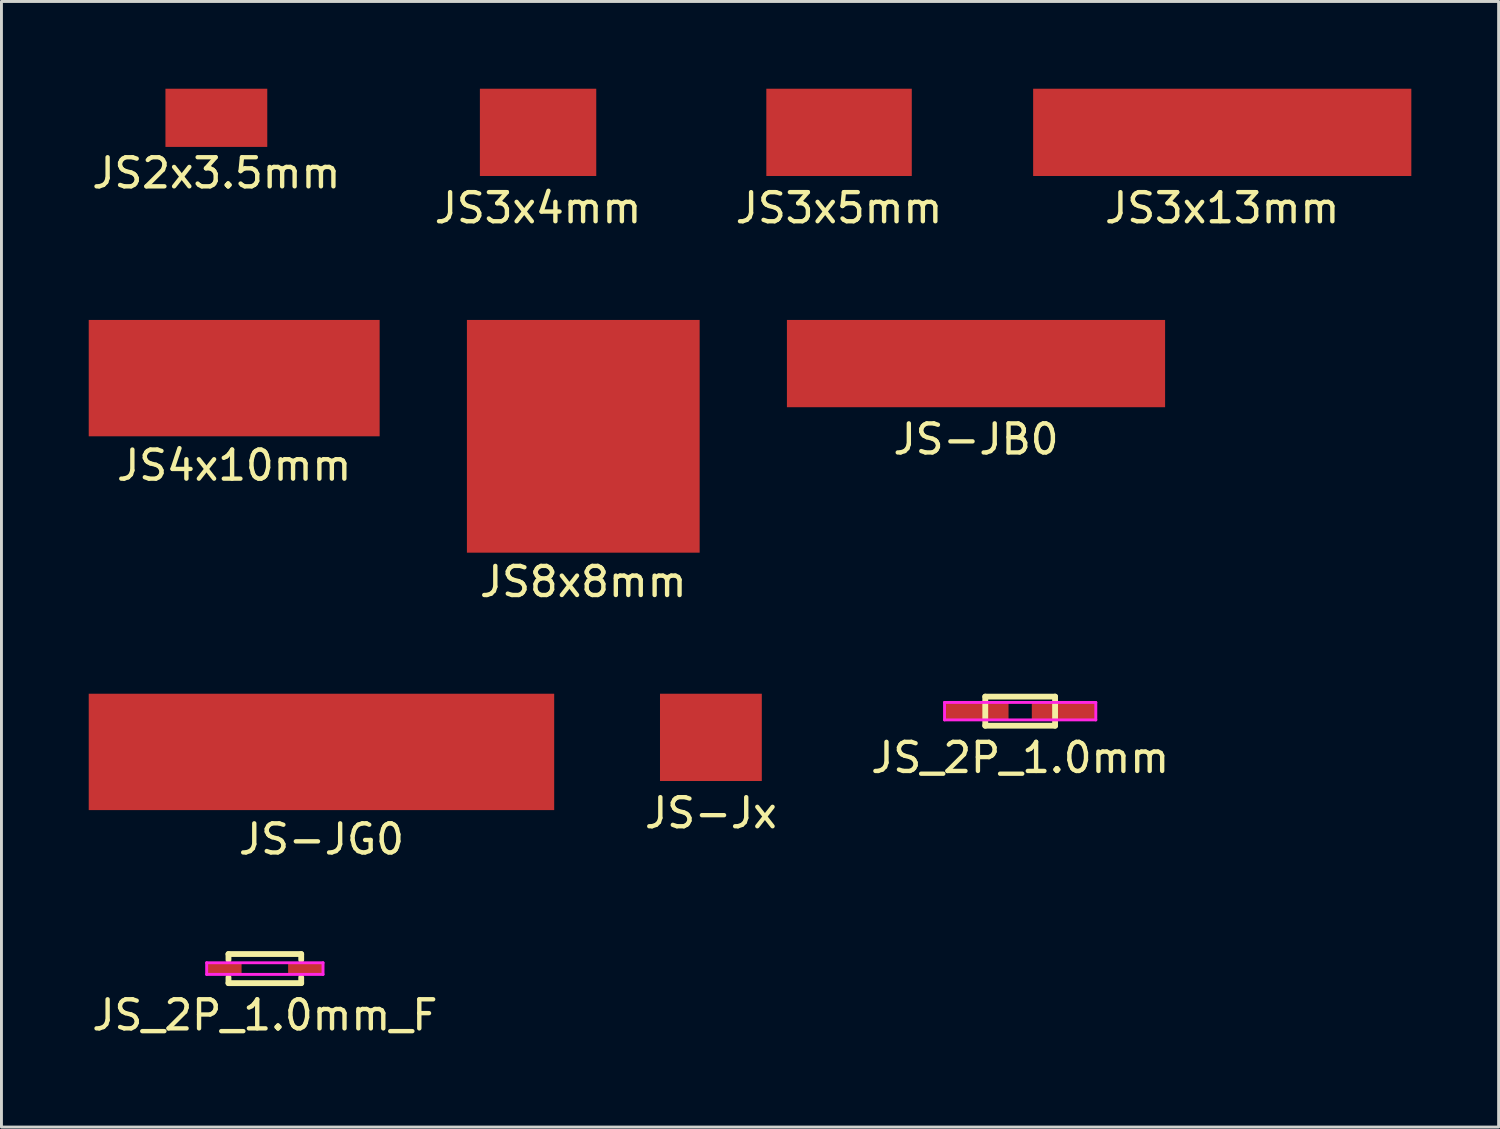
<source format=kicad_pcb>
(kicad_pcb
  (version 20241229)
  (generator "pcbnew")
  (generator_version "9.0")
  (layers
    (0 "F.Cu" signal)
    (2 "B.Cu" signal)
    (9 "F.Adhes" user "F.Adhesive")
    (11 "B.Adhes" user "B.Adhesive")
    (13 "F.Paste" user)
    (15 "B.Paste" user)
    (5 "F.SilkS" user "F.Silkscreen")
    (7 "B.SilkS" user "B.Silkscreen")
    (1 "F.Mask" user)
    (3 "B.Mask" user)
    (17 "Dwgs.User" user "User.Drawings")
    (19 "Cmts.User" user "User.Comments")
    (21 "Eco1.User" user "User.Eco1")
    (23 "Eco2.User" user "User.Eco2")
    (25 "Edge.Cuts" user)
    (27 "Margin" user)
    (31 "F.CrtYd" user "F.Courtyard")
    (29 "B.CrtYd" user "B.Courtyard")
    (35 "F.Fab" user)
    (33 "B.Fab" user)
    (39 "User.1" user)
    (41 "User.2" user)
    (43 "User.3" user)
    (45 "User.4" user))
  (footprint "JS-JB0"
    (layer "F.Cu")
    (at 30.5 9.448)
    (property "Reference" "JS-JB0" (at 0 2.6 0) (layer "F.SilkS") (effects (font (size 1 1) (thickness 0.15))))
    (attr smd)
    (pad "1" smd rect (at 0 0) (size 13 3) (layers "F.Cu" "F.Mask" "F.Paste")))
  (footprint "JS_2P_1.0mm"
    (layer "F.Cu")
    (at 32.018 21.396)
    (property "Reference" "JS_2P_1.0mm" (at 0 1.6 0) (layer "F.SilkS") (effects (font (size 1 1) (thickness 0.15))))
    (attr smd)
    (fp_line (start -1.2 -0.5) (end 1.2 -0.5) (stroke (width 0.2) (type solid)) (layer "F.SilkS"))
    (fp_line (start -1.2 0.5) (end -1.2 -0.5) (stroke (width 0.2) (type solid)) (layer "F.SilkS"))
    (fp_line (start 1.2 -0.5) (end 1.2 0.5) (stroke (width 0.2) (type solid)) (layer "F.SilkS"))
    (fp_line (start 1.2 0.5) (end -1.2 0.5) (stroke (width 0.2) (type solid)) (layer "F.SilkS"))
    (fp_line (start -2.6 -0.3) (end 2.6 -0.3) (stroke (width 0.1) (type solid)) (layer "F.CrtYd"))
    (fp_line (start -2.6 0.3) (end -2.6 -0.3) (stroke (width 0.1) (type solid)) (layer "F.CrtYd"))
    (fp_line (start 2.6 -0.3) (end 2.6 0.3) (stroke (width 0.1) (type solid)) (layer "F.CrtYd"))
    (fp_line (start 2.6 0.3) (end -2.6 0.3) (stroke (width 0.1) (type solid)) (layer "F.CrtYd"))
    (pad "1" smd rect (at -1.5 0) (size 2.2 0.56) (layers "F.Cu" "F.Mask" "F.Paste"))
    (pad "2" smd rect (at 1.5 0) (size 2.2 0.56) (layers "F.Cu" "F.Mask" "F.Paste")))
  (footprint "JS3x4mm"
    (layer "F.Cu")
    (at 15.446 1.5)
    (property "Reference" "JS3x4mm" (at 0 2.6 0) (layer "F.SilkS") (effects (font (size 1 1) (thickness 0.15))))
    (attr smd)
    (pad "1" smd rect (at 0 0) (size 4 3) (layers "F.Cu" "F.Mask" "F.Paste")))
  (footprint "JS8x8mm"
    (layer "F.Cu")
    (at 17 11.948)
    (property "Reference" "JS8x8mm" (at 0 5 0) (layer "F.SilkS") (effects (font (size 1 1) (thickness 0.15))))
    (attr smd)
    (pad "1" smd rect (at 0 0) (size 8 8) (layers "F.Cu" "F.Mask" "F.Paste")))
  (footprint "JS_2P_1.0mm_F"
    (layer "F.Cu")
    (at 6.054 30.245)
    (property "Reference" "JS_2P_1.0mm_F" (at 0 1.6 0) (layer "F.SilkS") (effects (font (size 1 1) (thickness 0.15))))
    (attr smd)
    (fp_line (start -1.25 -0.5) (end -1.25 -0.3) (stroke (width 0.2) (type solid)) (layer "F.SilkS"))
    (fp_line (start -1.25 -0.5) (end 1.25 -0.5) (stroke (width 0.2) (type solid)) (layer "F.SilkS"))
    (fp_line (start -1.25 0.5) (end -1.25 0.3) (stroke (width 0.2) (type solid)) (layer "F.SilkS"))
    (fp_line (start 1.25 -0.5) (end 1.25 -0.3) (stroke (width 0.2) (type solid)) (layer "F.SilkS"))
    (fp_line (start 1.25 0.5) (end -1.25 0.5) (stroke (width 0.2) (type solid)) (layer "F.SilkS"))
    (fp_line (start 1.25 0.5) (end 1.25 0.3) (stroke (width 0.2) (type solid)) (layer "F.SilkS"))
    (fp_line (start -2 -0.2) (end 2 -0.2) (stroke (width 0.1) (type solid)) (layer "F.CrtYd"))
    (fp_line (start -2 0.2) (end -2 -0.2) (stroke (width 0.1) (type solid)) (layer "F.CrtYd"))
    (fp_line (start 2 -0.2) (end 2 0.2) (stroke (width 0.1) (type solid)) (layer "F.CrtYd"))
    (fp_line (start 2 0.2) (end -2 0.2) (stroke (width 0.1) (type solid)) (layer "F.CrtYd"))
    (pad "1" smd rect (at -1.4 0) (size 1.2 0.4) (layers "F.Cu" "F.Mask" "F.Paste"))
    (pad "2" smd rect (at 1.4 0) (size 1.2 0.4) (layers "F.Cu" "F.Mask" "F.Paste")))
  (footprint "JS-Jx"
    (layer "F.Cu")
    (at 21.387 22.297)
    (property "Reference" "JS-Jx" (at 0 2.6 0) (layer "F.SilkS") (effects (font (size 1 1) (thickness 0.15))))
    (attr smd)
    (pad "1" smd rect (at 0 0) (size 3.5 3) (layers "F.Cu" "F.Mask" "F.Paste")))
  (footprint "JS4x10mm"
    (layer "F.Cu")
    (at 5 9.948)
    (property "Reference" "JS4x10mm" (at 0 3 0) (layer "F.SilkS") (effects (font (size 1 1) (thickness 0.15))))
    (attr smd)
    (pad "1" smd rect (at 0 0) (size 10 4) (layers "F.Cu" "F.Mask" "F.Paste")))
  (footprint "JS-JG0"
    (layer "F.Cu")
    (at 8 22.797)
    (property "Reference" "JS-JG0" (at 0 3 0) (layer "F.SilkS") (effects (font (size 1 1) (thickness 0.15))))
    (attr smd)
    (pad "1" smd rect (at 0 0) (size 16 4) (layers "F.Cu" "F.Mask" "F.Paste")))
  (footprint "JS3x13mm"
    (layer "F.Cu")
    (at 38.964 1.5)
    (property "Reference" "JS3x13mm" (at 0 2.6 0) (layer "F.SilkS") (effects (font (size 1 1) (thickness 0.15))))
    (attr smd)
    (pad "1" smd rect (at 0 0) (size 13 3) (layers "F.Cu" "F.Mask" "F.Paste")))
  (footprint "JS3x5mm"
    (layer "F.Cu")
    (at 25.792 1.5)
    (property "Reference" "JS3x5mm" (at 0 2.6 0) (layer "F.SilkS") (effects (font (size 1 1) (thickness 0.15))))
    (attr smd)
    (pad "1" smd rect (at 0 0) (size 5 3) (layers "F.Cu" "F.Mask" "F.Paste")))
  (footprint "JS2x3.5mm"
    (layer "F.Cu")
    (at 4.387 1)
    (property "Reference" "JS2x3.5mm" (at 0 1.9 0) (layer "F.SilkS") (effects (font (size 1 1) (thickness 0.15))))
    (attr smd)
    (pad "1" smd rect (at 0 0) (size 3.5 2) (layers "F.Cu" "F.Mask" "F.Paste")))
  (gr_rect
    (start -3 -3)
    (end 48.464 35.693)
    (stroke (width 0.1) (type default))
    (fill no)
    (layer "Edge.Cuts")))
</source>
